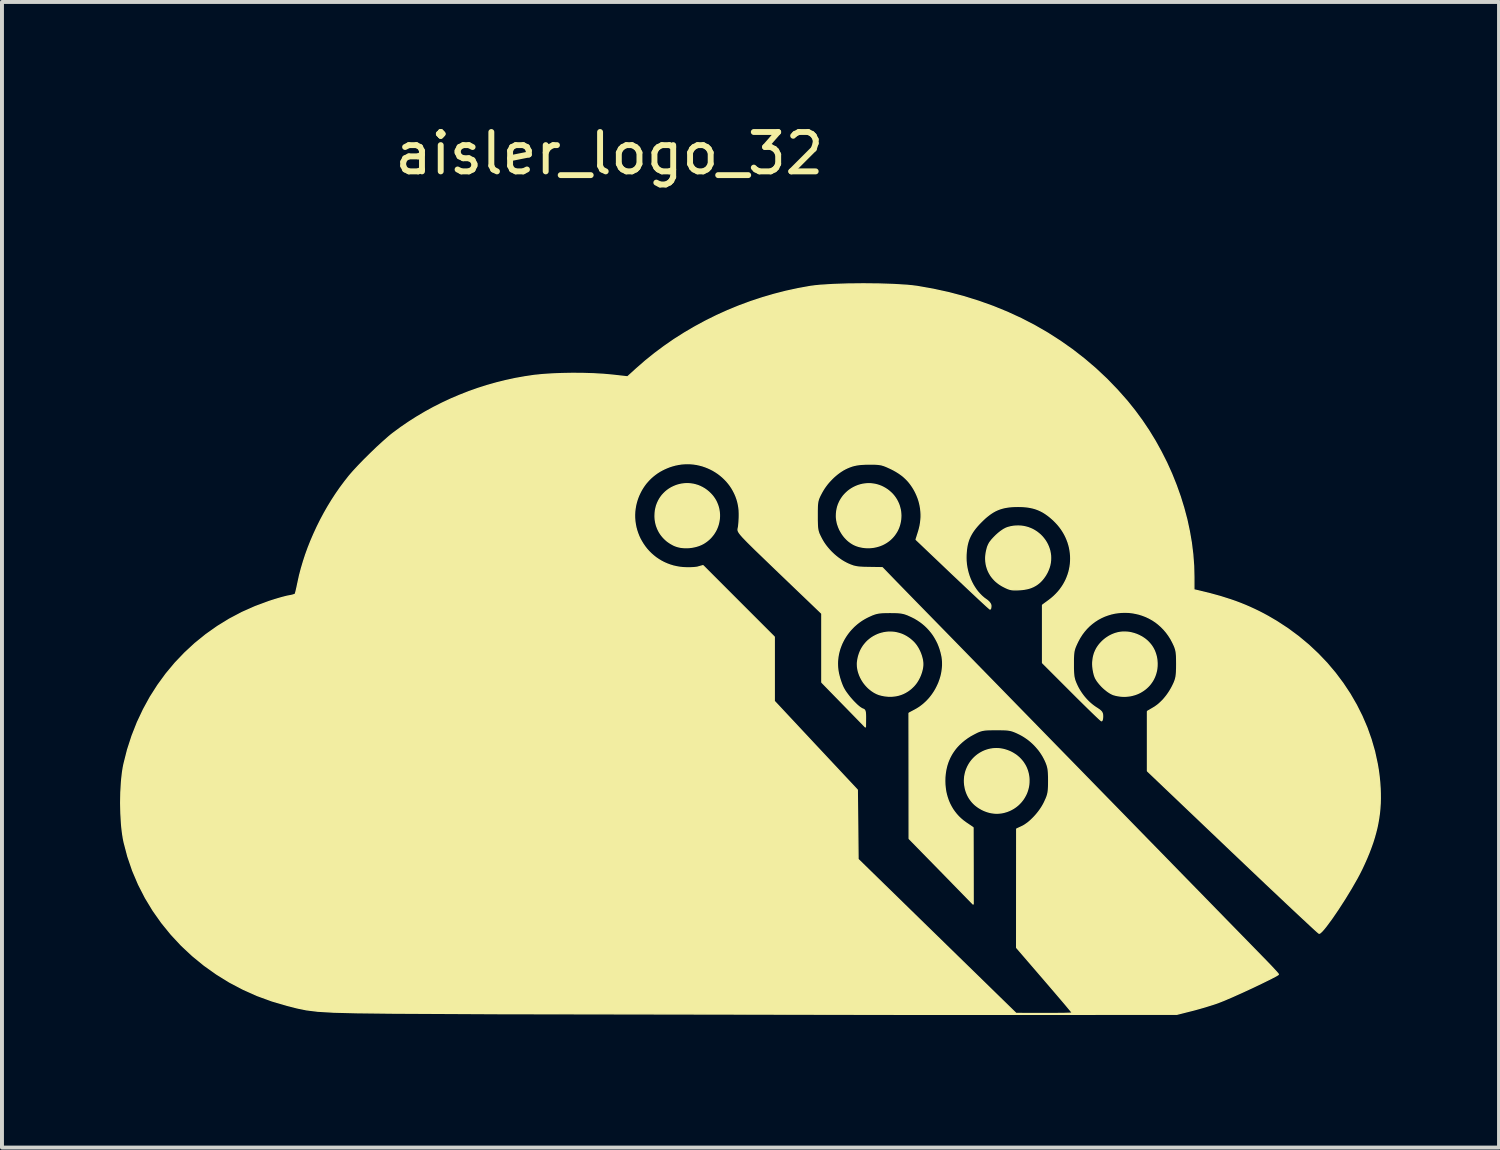
<source format=kicad_pcb>
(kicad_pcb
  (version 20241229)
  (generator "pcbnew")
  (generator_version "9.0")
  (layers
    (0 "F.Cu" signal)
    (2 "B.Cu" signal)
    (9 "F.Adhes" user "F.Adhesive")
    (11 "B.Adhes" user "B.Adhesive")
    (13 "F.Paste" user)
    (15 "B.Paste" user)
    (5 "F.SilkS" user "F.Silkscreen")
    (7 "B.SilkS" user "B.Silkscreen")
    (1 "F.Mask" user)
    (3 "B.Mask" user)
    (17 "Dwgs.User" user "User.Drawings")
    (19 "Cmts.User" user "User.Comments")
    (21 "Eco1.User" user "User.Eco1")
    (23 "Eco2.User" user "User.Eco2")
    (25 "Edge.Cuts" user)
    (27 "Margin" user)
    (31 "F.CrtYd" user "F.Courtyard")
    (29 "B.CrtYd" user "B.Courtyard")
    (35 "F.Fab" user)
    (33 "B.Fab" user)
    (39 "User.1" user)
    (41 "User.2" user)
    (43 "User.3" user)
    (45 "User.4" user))
  (footprint "aisler_logo_32"
    (layer "F.Cu")
    (at 16.83 22.848)
    (property "Reference" "aisler_logo_32" (at -4.4 -22 0) (unlocked yes) (layer "F.SilkS") (effects (font (size 1 1) (thickness 0.15))))
    (attr smd exclude_from_pos_files exclude_from_bom)
    (fp_poly (pts (xy -2.388 -13.61) (xy -2.329 -13.605) (xy -2.27 -13.596) (xy -2.212 -13.582) (xy -2.154 -13.564) (xy -2.097 -13.541) (xy -2.041 -13.513) (xy -1.986 -13.481) (xy -1.933 -13.444) (xy -1.881 -13.401) (xy -1.832 -13.354) (xy -1.8 -13.319) (xy -1.77 -13.283) (xy -1.743 -13.245) (xy -1.718 -13.206) (xy -1.696 -13.167) (xy -1.677 -13.126) (xy -1.66 -13.085) (xy -1.645 -13.043) (xy -1.633 -13.001) (xy -1.623 -12.958) (xy -1.616 -12.914) (xy -1.611 -12.871) (xy -1.608 -12.827) (xy -1.608 -12.783) (xy -1.61 -12.74) (xy -1.615 -12.696) (xy -1.622 -12.653) (xy -1.631 -12.61) (xy -1.642 -12.568) (xy -1.656 -12.526) (xy -1.672 -12.485) (xy -1.69 -12.444) (xy -1.711 -12.405) (xy -1.734 -12.367) (xy -1.758 -12.33) (xy -1.786 -12.294) (xy -1.815 -12.259) (xy -1.846 -12.226) (xy -1.88 -12.194) (xy -1.916 -12.164) (xy -1.954 -12.136) (xy -1.994 -12.109) (xy -2.036 -12.085) (xy -2.08 -12.064) (xy -2.127 -12.045) (xy -2.175 -12.029) (xy -2.225 -12.016) (xy -2.275 -12.005) (xy -2.326 -11.997) (xy -2.378 -11.991) (xy -2.429 -11.989) (xy -2.48 -11.989) (xy -2.53 -11.992) (xy -2.579 -11.997) (xy -2.627 -12.006) (xy -2.673 -12.018) (xy -2.717 -12.032) (xy -2.759 -12.049) (xy -2.786 -12.063) (xy -2.814 -12.078) (xy -2.84 -12.093) (xy -2.866 -12.109) (xy -2.891 -12.126) (xy -2.915 -12.143) (xy -2.939 -12.161) (xy -2.961 -12.18) (xy -2.983 -12.2) (xy -3.004 -12.22) (xy -3.024 -12.241) (xy -3.044 -12.263) (xy -3.062 -12.285) (xy -3.08 -12.308) (xy -3.097 -12.331) (xy -3.113 -12.355) (xy -3.128 -12.379) (xy -3.142 -12.404) (xy -3.155 -12.43) (xy -3.168 -12.456) (xy -3.179 -12.482) (xy -3.189 -12.509) (xy -3.199 -12.536) (xy -3.208 -12.564) (xy -3.215 -12.592) (xy -3.222 -12.621) (xy -3.227 -12.65) (xy -3.232 -12.679) (xy -3.236 -12.709) (xy -3.238 -12.739) (xy -3.24 -12.769) (xy -3.24 -12.8) (xy -3.237 -12.868) (xy -3.23 -12.933) (xy -3.217 -12.996) (xy -3.201 -13.057) (xy -3.179 -13.115) (xy -3.154 -13.17) (xy -3.125 -13.223) (xy -3.093 -13.272) (xy -3.057 -13.319) (xy -3.017 -13.362) (xy -2.975 -13.403) (xy -2.931 -13.44) (xy -2.884 -13.473) (xy -2.834 -13.504) (xy -2.783 -13.53) (xy -2.73 -13.553) (xy -2.675 -13.573) (xy -2.619 -13.588) (xy -2.562 -13.6) (xy -2.505 -13.607) (xy -2.446 -13.611)) (stroke (width 0.035) (type solid)) (fill yes) (layer "F.SilkS"))
    (fp_poly (pts (xy 5.49 -6.879) (xy 5.543 -6.873) (xy 5.597 -6.863) (xy 5.651 -6.849) (xy 5.685 -6.838) (xy 5.718 -6.827) (xy 5.75 -6.814) (xy 5.782 -6.8) (xy 5.813 -6.785) (xy 5.842 -6.769) (xy 5.871 -6.752) (xy 5.899 -6.734) (xy 5.927 -6.715) (xy 5.953 -6.695) (xy 5.978 -6.674) (xy 6.003 -6.652) (xy 6.026 -6.629) (xy 6.048 -6.606) (xy 6.069 -6.582) (xy 6.09 -6.557) (xy 6.109 -6.531) (xy 6.127 -6.504) (xy 6.144 -6.477) (xy 6.16 -6.449) (xy 6.175 -6.42) (xy 6.188 -6.391) (xy 6.2 -6.361) (xy 6.212 -6.33) (xy 6.221 -6.299) (xy 6.23 -6.268) (xy 6.237 -6.236) (xy 6.243 -6.203) (xy 6.248 -6.17) (xy 6.252 -6.137) (xy 6.254 -6.103) (xy 6.254 -6.069) (xy 6.253 -6.017) (xy 6.248 -5.965) (xy 6.24 -5.915) (xy 6.229 -5.866) (xy 6.215 -5.818) (xy 6.199 -5.771) (xy 6.18 -5.726) (xy 6.158 -5.683) (xy 6.134 -5.641) (xy 6.108 -5.6) (xy 6.079 -5.562) (xy 6.049 -5.525) (xy 6.016 -5.49) (xy 5.982 -5.457) (xy 5.945 -5.426) (xy 5.908 -5.398) (xy 5.868 -5.371) (xy 5.827 -5.347) (xy 5.785 -5.325) (xy 5.742 -5.306) (xy 5.697 -5.289) (xy 5.652 -5.275) (xy 5.606 -5.263) (xy 5.559 -5.254) (xy 5.511 -5.248) (xy 5.463 -5.245) (xy 5.414 -5.245) (xy 5.366 -5.248) (xy 5.316 -5.255) (xy 5.267 -5.264) (xy 5.218 -5.277) (xy 5.169 -5.293) (xy 5.116 -5.314) (xy 5.065 -5.338) (xy 5.017 -5.365) (xy 4.971 -5.393) (xy 4.927 -5.425) (xy 4.886 -5.458) (xy 4.848 -5.494) (xy 4.813 -5.532) (xy 4.78 -5.573) (xy 4.75 -5.615) (xy 4.723 -5.659) (xy 4.699 -5.706) (xy 4.678 -5.754) (xy 4.66 -5.804) (xy 4.645 -5.856) (xy 4.634 -5.909) (xy 4.625 -5.965) (xy 4.62 -6.02) (xy 4.619 -6.075) (xy 4.622 -6.128) (xy 4.627 -6.181) (xy 4.637 -6.233) (xy 4.649 -6.283) (xy 4.664 -6.332) (xy 4.683 -6.38) (xy 4.704 -6.426) (xy 4.728 -6.471) (xy 4.754 -6.514) (xy 4.783 -6.555) (xy 4.814 -6.594) (xy 4.848 -6.632) (xy 4.884 -6.667) (xy 4.921 -6.699) (xy 4.961 -6.73) (xy 5.003 -6.758) (xy 5.046 -6.783) (xy 5.09 -6.806) (xy 5.136 -6.826) (xy 5.184 -6.843) (xy 5.232 -6.857) (xy 5.282 -6.868) (xy 5.333 -6.876) (xy 5.384 -6.88) (xy 5.437 -6.881)) (stroke (width 0.035) (type solid)) (fill yes) (layer "F.SilkS"))
    (fp_poly (pts (xy 2.243 -13.608) (xy 2.297 -13.602) (xy 2.35 -13.593) (xy 2.403 -13.58) (xy 2.456 -13.563) (xy 2.509 -13.542) (xy 2.56 -13.517) (xy 2.611 -13.488) (xy 2.661 -13.455) (xy 2.707 -13.419) (xy 2.75 -13.381) (xy 2.79 -13.341) (xy 2.826 -13.298) (xy 2.858 -13.254) (xy 2.888 -13.208) (xy 2.913 -13.161) (xy 2.936 -13.112) (xy 2.955 -13.063) (xy 2.97 -13.012) (xy 2.983 -12.961) (xy 2.992 -12.909) (xy 2.997 -12.857) (xy 3 -12.805) (xy 2.998 -12.752) (xy 2.994 -12.7) (xy 2.986 -12.649) (xy 2.975 -12.597) (xy 2.961 -12.547) (xy 2.944 -12.498) (xy 2.923 -12.449) (xy 2.899 -12.402) (xy 2.871 -12.357) (xy 2.841 -12.313) (xy 2.807 -12.271) (xy 2.77 -12.231) (xy 2.73 -12.193) (xy 2.687 -12.158) (xy 2.64 -12.125) (xy 2.59 -12.095) (xy 2.537 -12.068) (xy 2.499 -12.052) (xy 2.46 -12.037) (xy 2.42 -12.025) (xy 2.38 -12.014) (xy 2.339 -12.005) (xy 2.297 -11.998) (xy 2.255 -11.993) (xy 2.213 -11.99) (xy 2.17 -11.989) (xy 2.128 -11.99) (xy 2.086 -11.993) (xy 2.044 -11.998) (xy 2.003 -12.005) (xy 1.962 -12.014) (xy 1.922 -12.024) (xy 1.883 -12.037) (xy 1.883 -12.037) (xy 1.883 -12.037) (xy 1.883 -12.037) (xy 1.883 -12.037) (xy 1.883 -12.037) (xy 1.883 -12.037) (xy 1.883 -12.037) (xy 1.856 -12.048) (xy 1.829 -12.059) (xy 1.803 -12.072) (xy 1.777 -12.086) (xy 1.752 -12.102) (xy 1.727 -12.118) (xy 1.703 -12.136) (xy 1.679 -12.154) (xy 1.656 -12.174) (xy 1.634 -12.194) (xy 1.613 -12.216) (xy 1.592 -12.238) (xy 1.571 -12.261) (xy 1.552 -12.285) (xy 1.533 -12.31) (xy 1.516 -12.335) (xy 1.499 -12.361) (xy 1.483 -12.388) (xy 1.468 -12.415) (xy 1.453 -12.442) (xy 1.44 -12.471) (xy 1.428 -12.499) (xy 1.417 -12.528) (xy 1.407 -12.557) (xy 1.397 -12.587) (xy 1.389 -12.617) (xy 1.383 -12.647) (xy 1.377 -12.677) (xy 1.373 -12.708) (xy 1.369 -12.738) (xy 1.367 -12.769) (xy 1.367 -12.8) (xy 1.369 -12.858) (xy 1.375 -12.915) (xy 1.385 -12.97) (xy 1.398 -13.024) (xy 1.415 -13.076) (xy 1.436 -13.126) (xy 1.459 -13.174) (xy 1.486 -13.22) (xy 1.515 -13.264) (xy 1.547 -13.306) (xy 1.582 -13.345) (xy 1.619 -13.382) (xy 1.658 -13.417) (xy 1.699 -13.449) (xy 1.742 -13.478) (xy 1.787 -13.505) (xy 1.834 -13.529) (xy 1.882 -13.55) (xy 1.931 -13.568) (xy 1.981 -13.583) (xy 2.032 -13.595) (xy 2.084 -13.603) (xy 2.137 -13.608) (xy 2.19 -13.61)) (stroke (width 0.035) (type solid)) (fill yes) (layer "F.SilkS"))
    (fp_poly (pts (xy 8.75 -9.839) (xy 8.809 -9.832) (xy 8.867 -9.82) (xy 8.926 -9.804) (xy 8.985 -9.784) (xy 9.044 -9.759) (xy 9.071 -9.745) (xy 9.098 -9.731) (xy 9.124 -9.717) (xy 9.149 -9.701) (xy 9.173 -9.685) (xy 9.197 -9.668) (xy 9.22 -9.651) (xy 9.242 -9.632) (xy 9.263 -9.614) (xy 9.283 -9.594) (xy 9.302 -9.574) (xy 9.321 -9.553) (xy 9.339 -9.532) (xy 9.356 -9.51) (xy 9.372 -9.488) (xy 9.387 -9.465) (xy 9.402 -9.441) (xy 9.415 -9.417) (xy 9.428 -9.392) (xy 9.44 -9.367) (xy 9.45 -9.341) (xy 9.46 -9.315) (xy 9.469 -9.288) (xy 9.477 -9.261) (xy 9.485 -9.233) (xy 9.491 -9.205) (xy 9.496 -9.177) (xy 9.501 -9.148) (xy 9.504 -9.118) (xy 9.506 -9.089) (xy 9.508 -9.058) (xy 9.508 -9.028) (xy 9.507 -8.976) (xy 9.502 -8.925) (xy 9.495 -8.876) (xy 9.484 -8.828) (xy 9.471 -8.781) (xy 9.455 -8.735) (xy 9.437 -8.691) (xy 9.416 -8.648) (xy 9.393 -8.607) (xy 9.367 -8.568) (xy 9.34 -8.53) (xy 9.31 -8.494) (xy 9.278 -8.46) (xy 9.244 -8.428) (xy 9.209 -8.398) (xy 9.171 -8.37) (xy 9.132 -8.344) (xy 9.092 -8.32) (xy 9.05 -8.298) (xy 9.007 -8.279) (xy 8.962 -8.262) (xy 8.916 -8.248) (xy 8.869 -8.236) (xy 8.822 -8.226) (xy 8.773 -8.22) (xy 8.724 -8.216) (xy 8.673 -8.214) (xy 8.623 -8.216) (xy 8.571 -8.22) (xy 8.52 -8.228) (xy 8.468 -8.238) (xy 8.415 -8.252) (xy 8.415 -8.252) (xy 8.4 -8.257) (xy 8.385 -8.263) (xy 8.352 -8.278) (xy 8.318 -8.297) (xy 8.283 -8.319) (xy 8.247 -8.344) (xy 8.212 -8.372) (xy 8.176 -8.401) (xy 8.141 -8.433) (xy 8.107 -8.466) (xy 8.075 -8.501) (xy 8.045 -8.535) (xy 8.017 -8.57) (xy 7.991 -8.605) (xy 7.969 -8.64) (xy 7.95 -8.673) (xy 7.936 -8.705) (xy 7.93 -8.721) (xy 7.924 -8.738) (xy 7.918 -8.757) (xy 7.913 -8.776) (xy 7.903 -8.817) (xy 7.895 -8.86) (xy 7.887 -8.904) (xy 7.882 -8.948) (xy 7.88 -8.969) (xy 7.879 -8.989) (xy 7.878 -9.009) (xy 7.877 -9.028) (xy 7.878 -9.073) (xy 7.882 -9.118) (xy 7.887 -9.161) (xy 7.894 -9.203) (xy 7.904 -9.245) (xy 7.915 -9.285) (xy 7.929 -9.324) (xy 7.945 -9.362) (xy 7.963 -9.399) (xy 7.983 -9.436) (xy 8.006 -9.471) (xy 8.03 -9.505) (xy 8.057 -9.539) (xy 8.086 -9.571) (xy 8.117 -9.603) (xy 8.15 -9.634) (xy 8.199 -9.674) (xy 8.249 -9.709) (xy 8.301 -9.741) (xy 8.354 -9.768) (xy 8.408 -9.791) (xy 8.463 -9.81) (xy 8.519 -9.825) (xy 8.576 -9.835) (xy 8.633 -9.841) (xy 8.691 -9.842)) (stroke (width 0.035) (type solid)) (fill yes) (layer "F.SilkS"))
    (fp_poly (pts (xy 2.791 -9.838) (xy 2.848 -9.832) (xy 2.904 -9.821) (xy 2.96 -9.806) (xy 3.016 -9.788) (xy 3.07 -9.765) (xy 3.124 -9.737) (xy 3.176 -9.705) (xy 3.227 -9.669) (xy 3.276 -9.628) (xy 3.324 -9.583) (xy 3.348 -9.556) (xy 3.372 -9.527) (xy 3.395 -9.496) (xy 3.416 -9.464) (xy 3.437 -9.43) (xy 3.456 -9.394) (xy 3.474 -9.358) (xy 3.49 -9.321) (xy 3.505 -9.284) (xy 3.518 -9.246) (xy 3.529 -9.208) (xy 3.539 -9.171) (xy 3.547 -9.134) (xy 3.552 -9.098) (xy 3.556 -9.062) (xy 3.557 -9.028) (xy 3.556 -8.994) (xy 3.552 -8.958) (xy 3.547 -8.922) (xy 3.539 -8.885) (xy 3.529 -8.847) (xy 3.518 -8.809) (xy 3.505 -8.772) (xy 3.49 -8.734) (xy 3.474 -8.697) (xy 3.456 -8.661) (xy 3.437 -8.626) (xy 3.416 -8.592) (xy 3.395 -8.559) (xy 3.372 -8.529) (xy 3.348 -8.5) (xy 3.324 -8.473) (xy 3.292 -8.442) (xy 3.26 -8.412) (xy 3.227 -8.385) (xy 3.193 -8.36) (xy 3.158 -8.337) (xy 3.123 -8.316) (xy 3.087 -8.297) (xy 3.05 -8.28) (xy 3.012 -8.265) (xy 2.974 -8.252) (xy 2.935 -8.241) (xy 2.895 -8.232) (xy 2.854 -8.225) (xy 2.812 -8.22) (xy 2.77 -8.217) (xy 2.726 -8.216) (xy 2.705 -8.216) (xy 2.683 -8.217) (xy 2.661 -8.219) (xy 2.639 -8.221) (xy 2.617 -8.223) (xy 2.594 -8.226) (xy 2.55 -8.234) (xy 2.528 -8.239) (xy 2.507 -8.243) (xy 2.486 -8.249) (xy 2.466 -8.254) (xy 2.446 -8.26) (xy 2.428 -8.267) (xy 2.411 -8.273) (xy 2.395 -8.28) (xy 2.395 -8.28) (xy 2.366 -8.294) (xy 2.338 -8.309) (xy 2.31 -8.325) (xy 2.284 -8.343) (xy 2.257 -8.361) (xy 2.232 -8.381) (xy 2.207 -8.401) (xy 2.183 -8.422) (xy 2.159 -8.445) (xy 2.137 -8.468) (xy 2.115 -8.492) (xy 2.094 -8.517) (xy 2.074 -8.542) (xy 2.055 -8.568) (xy 2.037 -8.595) (xy 2.02 -8.622) (xy 2.004 -8.65) (xy 1.989 -8.678) (xy 1.975 -8.707) (xy 1.962 -8.736) (xy 1.951 -8.765) (xy 1.94 -8.794) (xy 1.931 -8.824) (xy 1.922 -8.854) (xy 1.915 -8.884) (xy 1.91 -8.914) (xy 1.905 -8.944) (xy 1.902 -8.975) (xy 1.901 -9.005) (xy 1.9 -9.034) (xy 1.901 -9.064) (xy 1.904 -9.094) (xy 1.914 -9.159) (xy 1.928 -9.221) (xy 1.946 -9.281) (xy 1.968 -9.339) (xy 1.993 -9.394) (xy 2.022 -9.445) (xy 2.054 -9.494) (xy 2.09 -9.54) (xy 2.128 -9.584) (xy 2.169 -9.624) (xy 2.212 -9.66) (xy 2.258 -9.694) (xy 2.305 -9.724) (xy 2.355 -9.751) (xy 2.406 -9.775) (xy 2.458 -9.795) (xy 2.512 -9.811) (xy 2.566 -9.824) (xy 2.622 -9.833) (xy 2.678 -9.839) (xy 2.734 -9.84)) (stroke (width 0.035) (type solid)) (fill yes) (layer "F.SilkS"))
    (fp_poly (pts (xy 6.057 -12.532) (xy 6.12 -12.523) (xy 6.181 -12.51) (xy 6.24 -12.493) (xy 6.297 -12.471) (xy 6.352 -12.446) (xy 6.405 -12.416) (xy 6.455 -12.383) (xy 6.502 -12.347) (xy 6.547 -12.308) (xy 6.589 -12.265) (xy 6.627 -12.22) (xy 6.662 -12.173) (xy 6.694 -12.123) (xy 6.722 -12.071) (xy 6.746 -12.017) (xy 6.766 -11.962) (xy 6.783 -11.905) (xy 6.794 -11.846) (xy 6.802 -11.787) (xy 6.804 -11.726) (xy 6.802 -11.665) (xy 6.795 -11.604) (xy 6.783 -11.542) (xy 6.765 -11.48) (xy 6.742 -11.419) (xy 6.714 -11.358) (xy 6.68 -11.297) (xy 6.651 -11.253) (xy 6.621 -11.212) (xy 6.59 -11.174) (xy 6.574 -11.156) (xy 6.558 -11.139) (xy 6.541 -11.122) (xy 6.524 -11.106) (xy 6.506 -11.091) (xy 6.488 -11.077) (xy 6.47 -11.063) (xy 6.452 -11.05) (xy 6.432 -11.037) (xy 6.413 -11.026) (xy 6.393 -11.015) (xy 6.373 -11.004) (xy 6.352 -10.994) (xy 6.33 -10.985) (xy 6.309 -10.976) (xy 6.286 -10.968) (xy 6.264 -10.961) (xy 6.24 -10.954) (xy 6.192 -10.943) (xy 6.142 -10.934) (xy 6.09 -10.927) (xy 6.035 -10.922) (xy 5.96 -10.918) (xy 5.927 -10.917) (xy 5.898 -10.917) (xy 5.87 -10.918) (xy 5.845 -10.919) (xy 5.821 -10.922) (xy 5.798 -10.926) (xy 5.776 -10.931) (xy 5.754 -10.937) (xy 5.731 -10.945) (xy 5.708 -10.954) (xy 5.684 -10.965) (xy 5.658 -10.977) (xy 5.599 -11.007) (xy 5.599 -11.007) (xy 5.568 -11.024) (xy 5.537 -11.043) (xy 5.508 -11.062) (xy 5.48 -11.082) (xy 5.453 -11.103) (xy 5.427 -11.124) (xy 5.402 -11.147) (xy 5.379 -11.17) (xy 5.356 -11.195) (xy 5.335 -11.219) (xy 5.314 -11.245) (xy 5.295 -11.271) (xy 5.277 -11.298) (xy 5.261 -11.326) (xy 5.245 -11.354) (xy 5.231 -11.383) (xy 5.218 -11.412) (xy 5.207 -11.442) (xy 5.196 -11.473) (xy 5.187 -11.503) (xy 5.179 -11.535) (xy 5.172 -11.567) (xy 5.167 -11.599) (xy 5.163 -11.631) (xy 5.161 -11.664) (xy 5.159 -11.698) (xy 5.159 -11.731) (xy 5.161 -11.765) (xy 5.164 -11.799) (xy 5.168 -11.833) (xy 5.174 -11.868) (xy 5.181 -11.903) (xy 5.188 -11.933) (xy 5.195 -11.961) (xy 5.202 -11.987) (xy 5.21 -12.011) (xy 5.219 -12.034) (xy 5.229 -12.056) (xy 5.239 -12.077) (xy 5.25 -12.098) (xy 5.263 -12.119) (xy 5.278 -12.139) (xy 5.294 -12.16) (xy 5.311 -12.182) (xy 5.331 -12.204) (xy 5.353 -12.228) (xy 5.377 -12.253) (xy 5.403 -12.279) (xy 5.424 -12.3) (xy 5.446 -12.32) (xy 5.467 -12.339) (xy 5.488 -12.357) (xy 5.509 -12.374) (xy 5.53 -12.39) (xy 5.551 -12.406) (xy 5.572 -12.42) (xy 5.592 -12.434) (xy 5.612 -12.447) (xy 5.632 -12.458) (xy 5.651 -12.468) (xy 5.67 -12.478) (xy 5.689 -12.486) (xy 5.706 -12.492) (xy 5.724 -12.498) (xy 5.792 -12.516) (xy 5.86 -12.528) (xy 5.927 -12.534) (xy 5.993 -12.535)) (stroke (width 0.035) (type solid)) (fill yes) (layer "F.SilkS"))
    (fp_poly (pts (xy 2.453 -18.683) (xy 2.831 -18.67) (xy 3.161 -18.65) (xy 3.3 -18.636) (xy 3.418 -18.621) (xy 3.82 -18.55) (xy 4.214 -18.464) (xy 4.6 -18.362) (xy 4.978 -18.244) (xy 5.347 -18.112) (xy 5.707 -17.965) (xy 6.058 -17.803) (xy 6.4 -17.626) (xy 6.731 -17.435) (xy 7.052 -17.229) (xy 7.363 -17.01) (xy 7.663 -16.776) (xy 7.952 -16.529) (xy 8.23 -16.268) (xy 8.495 -15.994) (xy 8.749 -15.707) (xy 8.942 -15.466) (xy 9.126 -15.216) (xy 9.299 -14.958) (xy 9.461 -14.693) (xy 9.611 -14.421) (xy 9.751 -14.144) (xy 9.878 -13.862) (xy 9.993 -13.575) (xy 10.096 -13.286) (xy 10.186 -12.994) (xy 10.264 -12.7) (xy 10.327 -12.406) (xy 10.378 -12.111) (xy 10.414 -11.818) (xy 10.436 -11.526) (xy 10.443 -11.236) (xy 10.443 -10.915) (xy 10.538 -10.894) (xy 10.839 -10.821) (xy 11.119 -10.744) (xy 11.38 -10.661) (xy 11.506 -10.617) (xy 11.628 -10.571) (xy 11.747 -10.523) (xy 11.865 -10.472) (xy 11.98 -10.419) (xy 12.094 -10.364) (xy 12.207 -10.306) (xy 12.32 -10.245) (xy 12.546 -10.113) (xy 12.829 -9.928) (xy 13.099 -9.728) (xy 13.355 -9.515) (xy 13.596 -9.289) (xy 13.823 -9.051) (xy 14.034 -8.801) (xy 14.228 -8.542) (xy 14.407 -8.272) (xy 14.568 -7.994) (xy 14.711 -7.709) (xy 14.837 -7.416) (xy 14.943 -7.117) (xy 15.031 -6.813) (xy 15.098 -6.504) (xy 15.125 -6.348) (xy 15.146 -6.192) (xy 15.162 -6.035) (xy 15.173 -5.877) (xy 15.177 -5.746) (xy 15.178 -5.618) (xy 15.175 -5.492) (xy 15.167 -5.367) (xy 15.155 -5.244) (xy 15.138 -5.12) (xy 15.117 -4.997) (xy 15.092 -4.874) (xy 15.061 -4.75) (xy 15.026 -4.625) (xy 14.986 -4.497) (xy 14.94 -4.368) (xy 14.89 -4.236) (xy 14.834 -4.101) (xy 14.773 -3.963) (xy 14.706 -3.82) (xy 14.651 -3.711) (xy 14.588 -3.592) (xy 14.44 -3.334) (xy 14.275 -3.063) (xy 14.105 -2.8) (xy 13.943 -2.563) (xy 13.8 -2.37) (xy 13.741 -2.297) (xy 13.691 -2.241) (xy 13.652 -2.206) (xy 13.637 -2.197) (xy 13.626 -2.194) (xy 13.612 -2.204) (xy 13.575 -2.236) (xy 13.443 -2.356) (xy 12.968 -2.799) (xy 12.273 -3.454) (xy 11.43 -4.255) (xy 9.267 -6.316) (xy 9.267 -7.828) (xy 9.419 -7.917) (xy 9.455 -7.939) (xy 9.491 -7.964) (xy 9.526 -7.99) (xy 9.561 -8.019) (xy 9.595 -8.05) (xy 9.628 -8.082) (xy 9.662 -8.116) (xy 9.694 -8.153) (xy 9.725 -8.19) (xy 9.756 -8.229) (xy 9.785 -8.27) (xy 9.814 -8.312) (xy 9.841 -8.355) (xy 9.867 -8.399) (xy 9.892 -8.444) (xy 9.915 -8.49) (xy 9.93 -8.521) (xy 9.943 -8.549) (xy 9.954 -8.576) (xy 9.964 -8.603) (xy 9.973 -8.628) (xy 9.981 -8.654) (xy 9.987 -8.681) (xy 9.993 -8.708) (xy 9.997 -8.737) (xy 10.001 -8.769) (xy 10.004 -8.803) (xy 10.006 -8.839) (xy 10.007 -8.88) (xy 10.009 -8.925) (xy 10.01 -9.028) (xy 10.009 -9.134) (xy 10.007 -9.22) (xy 10.005 -9.258) (xy 10.002 -9.291) (xy 9.999 -9.323) (xy 9.994 -9.352) (xy 9.988 -9.38) (xy 9.982 -9.406) (xy 9.973 -9.433) (xy 9.964 -9.46) (xy 9.953 -9.488) (xy 9.94 -9.517) (xy 9.909 -9.582) (xy 9.86 -9.674) (xy 9.805 -9.76) (xy 9.746 -9.84) (xy 9.683 -9.914) (xy 9.615 -9.983) (xy 9.544 -10.046) (xy 9.47 -10.103) (xy 9.392 -10.154) (xy 9.311 -10.199) (xy 9.229 -10.238) (xy 9.144 -10.271) (xy 9.057 -10.299) (xy 8.969 -10.32) (xy 8.88 -10.336) (xy 8.791 -10.346) (xy 8.701 -10.349) (xy 8.611 -10.347) (xy 8.521 -10.339) (xy 8.432 -10.326) (xy 8.344 -10.306) (xy 8.258 -10.28) (xy 8.173 -10.249) (xy 8.09 -10.211) (xy 8.01 -10.168) (xy 7.932 -10.118) (xy 7.858 -10.063) (xy 7.787 -10.002) (xy 7.719 -9.934) (xy 7.656 -9.861) (xy 7.597 -9.782) (xy 7.543 -9.697) (xy 7.494 -9.606) (xy 7.459 -9.533) (xy 7.445 -9.501) (xy 7.432 -9.471) (xy 7.421 -9.442) (xy 7.412 -9.414) (xy 7.404 -9.386) (xy 7.398 -9.358) (xy 7.393 -9.328) (xy 7.389 -9.296) (xy 7.386 -9.262) (xy 7.384 -9.225) (xy 7.382 -9.183) (xy 7.381 -9.137) (xy 7.381 -9.029) (xy 7.381 -8.926) (xy 7.384 -8.84) (xy 7.386 -8.803) (xy 7.389 -8.769) (xy 7.392 -8.738) (xy 7.396 -8.708) (xy 7.402 -8.68) (xy 7.408 -8.654) (xy 7.415 -8.627) (xy 7.424 -8.601) (xy 7.434 -8.574) (xy 7.445 -8.547) (xy 7.472 -8.487) (xy 7.493 -8.444) (xy 7.516 -8.401) (xy 7.541 -8.359) (xy 7.567 -8.318) (xy 7.594 -8.278) (xy 7.623 -8.238) (xy 7.653 -8.2) (xy 7.685 -8.162) (xy 7.717 -8.126) (xy 7.751 -8.091) (xy 7.785 -8.058) (xy 7.821 -8.026) (xy 7.858 -7.995) (xy 7.895 -7.966) (xy 7.933 -7.939) (xy 7.972 -7.913) (xy 7.995 -7.899) (xy 8.015 -7.885) (xy 8.034 -7.872) (xy 8.05 -7.86) (xy 8.064 -7.848) (xy 8.077 -7.836) (xy 8.088 -7.825) (xy 8.092 -7.82) (xy 8.097 -7.814) (xy 8.101 -7.808) (xy 8.104 -7.803) (xy 8.107 -7.797) (xy 8.11 -7.791) (xy 8.113 -7.785) (xy 8.115 -7.779) (xy 8.117 -7.772) (xy 8.119 -7.766) (xy 8.122 -7.752) (xy 8.123 -7.737) (xy 8.124 -7.722) (xy 8.125 -7.704) (xy 8.124 -7.693) (xy 8.124 -7.682) (xy 8.123 -7.671) (xy 8.123 -7.661) (xy 8.121 -7.651) (xy 8.12 -7.642) (xy 8.119 -7.633) (xy 8.117 -7.625) (xy 8.115 -7.618) (xy 8.113 -7.611) (xy 8.111 -7.606) (xy 8.109 -7.601) (xy 8.106 -7.597) (xy 8.104 -7.594) (xy 8.102 -7.593) (xy 8.101 -7.592) (xy 8.1 -7.592) (xy 8.098 -7.592) (xy 8.092 -7.596) (xy 8.078 -7.607) (xy 8.03 -7.65) (xy 7.958 -7.718) (xy 7.864 -7.808) (xy 7.752 -7.917) (xy 7.625 -8.042) (xy 7.485 -8.18) (xy 7.337 -8.328) (xy 6.602 -9.063) (xy 6.602 -10.527) (xy 6.771 -10.651) (xy 6.833 -10.7) (xy 6.892 -10.751) (xy 6.946 -10.804) (xy 6.997 -10.859) (xy 7.045 -10.917) (xy 7.088 -10.976) (xy 7.128 -11.037) (xy 7.164 -11.1) (xy 7.197 -11.164) (xy 7.225 -11.23) (xy 7.25 -11.297) (xy 7.271 -11.364) (xy 7.288 -11.433) (xy 7.301 -11.502) (xy 7.311 -11.572) (xy 7.316 -11.642) (xy 7.318 -11.712) (xy 7.316 -11.782) (xy 7.31 -11.853) (xy 7.3 -11.923) (xy 7.287 -11.993) (xy 7.269 -12.062) (xy 7.248 -12.13) (xy 7.222 -12.198) (xy 7.193 -12.265) (xy 7.16 -12.33) (xy 7.123 -12.394) (xy 7.082 -12.457) (xy 7.037 -12.518) (xy 6.988 -12.578) (xy 6.935 -12.635) (xy 6.879 -12.691) (xy 6.827 -12.737) (xy 6.777 -12.779) (xy 6.726 -12.818) (xy 6.676 -12.853) (xy 6.626 -12.885) (xy 6.575 -12.913) (xy 6.523 -12.938) (xy 6.471 -12.96) (xy 6.417 -12.979) (xy 6.362 -12.995) (xy 6.304 -13.008) (xy 6.245 -13.019) (xy 6.183 -13.027) (xy 6.118 -13.033) (xy 6.05 -13.036) (xy 5.979 -13.037) (xy 5.903 -13.036) (xy 5.831 -13.033) (xy 5.763 -13.027) (xy 5.698 -13.018) (xy 5.636 -13.007) (xy 5.577 -12.992) (xy 5.52 -12.975) (xy 5.465 -12.954) (xy 5.411 -12.93) (xy 5.359 -12.902) (xy 5.307 -12.87) (xy 5.255 -12.834) (xy 5.203 -12.794) (xy 5.15 -12.75) (xy 5.097 -12.701) (xy 5.042 -12.647) (xy 4.989 -12.593) (xy 4.941 -12.54) (xy 4.897 -12.488) (xy 4.858 -12.437) (xy 4.822 -12.385) (xy 4.791 -12.334) (xy 4.763 -12.282) (xy 4.738 -12.228) (xy 4.717 -12.174) (xy 4.7 -12.118) (xy 4.685 -12.06) (xy 4.674 -11.999) (xy 4.665 -11.936) (xy 4.659 -11.87) (xy 4.655 -11.801) (xy 4.654 -11.727) (xy 4.656 -11.648) (xy 4.663 -11.568) (xy 4.675 -11.49) (xy 4.691 -11.412) (xy 4.711 -11.335) (xy 4.735 -11.26) (xy 4.763 -11.187) (xy 4.795 -11.116) (xy 4.83 -11.048) (xy 4.869 -10.983) (xy 4.911 -10.92) (xy 4.956 -10.862) (xy 5.005 -10.807) (xy 5.055 -10.756) (xy 5.109 -10.709) (xy 5.165 -10.668) (xy 5.179 -10.658) (xy 5.193 -10.648) (xy 5.205 -10.638) (xy 5.217 -10.627) (xy 5.228 -10.617) (xy 5.238 -10.607) (xy 5.247 -10.597) (xy 5.255 -10.586) (xy 5.262 -10.576) (xy 5.269 -10.566) (xy 5.274 -10.556) (xy 5.279 -10.546) (xy 5.282 -10.536) (xy 5.285 -10.526) (xy 5.286 -10.517) (xy 5.287 -10.512) (xy 5.287 -10.507) (xy 5.287 -10.499) (xy 5.286 -10.492) (xy 5.286 -10.484) (xy 5.285 -10.477) (xy 5.284 -10.47) (xy 5.283 -10.464) (xy 5.282 -10.458) (xy 5.281 -10.452) (xy 5.28 -10.447) (xy 5.278 -10.443) (xy 5.276 -10.439) (xy 5.275 -10.436) (xy 5.273 -10.433) (xy 5.271 -10.431) (xy 5.27 -10.43) (xy 5.269 -10.43) (xy 5.268 -10.43) (xy 5.267 -10.429) (xy 5.26 -10.434) (xy 5.244 -10.448) (xy 5.186 -10.499) (xy 5.097 -10.581) (xy 4.98 -10.689) (xy 4.681 -10.97) (xy 4.319 -11.312) (xy 3.391 -12.195) (xy 3.457 -12.405) (xy 3.477 -12.477) (xy 3.493 -12.548) (xy 3.505 -12.62) (xy 3.513 -12.692) (xy 3.518 -12.763) (xy 3.518 -12.835) (xy 3.514 -12.906) (xy 3.507 -12.977) (xy 3.495 -13.048) (xy 3.48 -13.118) (xy 3.461 -13.187) (xy 3.438 -13.255) (xy 3.411 -13.322) (xy 3.381 -13.388) (xy 3.347 -13.453) (xy 3.309 -13.517) (xy 3.282 -13.557) (xy 3.255 -13.596) (xy 3.227 -13.632) (xy 3.198 -13.668) (xy 3.167 -13.702) (xy 3.136 -13.734) (xy 3.103 -13.765) (xy 3.069 -13.796) (xy 3.033 -13.825) (xy 2.995 -13.853) (xy 2.956 -13.88) (xy 2.914 -13.907) (xy 2.871 -13.933) (xy 2.826 -13.958) (xy 2.778 -13.983) (xy 2.728 -14.007) (xy 2.658 -14.039) (xy 2.627 -14.053) (xy 2.598 -14.064) (xy 2.569 -14.075) (xy 2.542 -14.083) (xy 2.515 -14.091) (xy 2.487 -14.097) (xy 2.459 -14.101) (xy 2.429 -14.105) (xy 2.397 -14.108) (xy 2.363 -14.11) (xy 2.326 -14.112) (xy 2.285 -14.112) (xy 2.19 -14.112) (xy 2.106 -14.111) (xy 2.031 -14.107) (xy 1.964 -14.102) (xy 1.933 -14.098) (xy 1.903 -14.094) (xy 1.874 -14.089) (xy 1.845 -14.083) (xy 1.817 -14.077) (xy 1.79 -14.07) (xy 1.763 -14.062) (xy 1.735 -14.053) (xy 1.68 -14.032) (xy 1.631 -14.011) (xy 1.582 -13.987) (xy 1.533 -13.96) (xy 1.484 -13.929) (xy 1.436 -13.896) (xy 1.388 -13.86) (xy 1.341 -13.821) (xy 1.295 -13.781) (xy 1.251 -13.738) (xy 1.208 -13.693) (xy 1.166 -13.647) (xy 1.127 -13.6) (xy 1.09 -13.551) (xy 1.055 -13.501) (xy 1.023 -13.45) (xy 0.993 -13.399) (xy 0.955 -13.327) (xy 0.94 -13.297) (xy 0.927 -13.268) (xy 0.915 -13.24) (xy 0.906 -13.214) (xy 0.898 -13.186) (xy 0.891 -13.158) (xy 0.886 -13.128) (xy 0.882 -13.095) (xy 0.879 -13.059) (xy 0.877 -13.019) (xy 0.876 -12.974) (xy 0.875 -12.923) (xy 0.875 -12.8) (xy 0.875 -12.679) (xy 0.878 -12.584) (xy 0.88 -12.544) (xy 0.882 -12.507) (xy 0.886 -12.475) (xy 0.891 -12.444) (xy 0.897 -12.416) (xy 0.904 -12.389) (xy 0.913 -12.362) (xy 0.923 -12.335) (xy 0.936 -12.308) (xy 0.95 -12.278) (xy 0.984 -12.211) (xy 1.011 -12.163) (xy 1.04 -12.115) (xy 1.072 -12.068) (xy 1.107 -12.021) (xy 1.144 -11.975) (xy 1.183 -11.93) (xy 1.224 -11.886) (xy 1.267 -11.844) (xy 1.311 -11.803) (xy 1.357 -11.764) (xy 1.404 -11.727) (xy 1.451 -11.693) (xy 1.499 -11.66) (xy 1.548 -11.63) (xy 1.597 -11.603) (xy 1.646 -11.578) (xy 1.677 -11.565) (xy 1.706 -11.552) (xy 1.734 -11.541) (xy 1.761 -11.531) (xy 1.787 -11.522) (xy 1.814 -11.514) (xy 1.842 -11.508) (xy 1.87 -11.502) (xy 1.9 -11.497) (xy 1.932 -11.493) (xy 1.966 -11.49) (xy 2.003 -11.488) (xy 2.043 -11.485) (xy 2.086 -11.484) (xy 2.187 -11.482) (xy 2.529 -11.477) (xy 2.86 -11.135) (xy 3.308 -10.675) (xy 3.921 -10.049) (xy 12.285 -1.482) (xy 12.403 -1.359) (xy 12.499 -1.255) (xy 12.537 -1.214) (xy 12.565 -1.182) (xy 12.582 -1.161) (xy 12.587 -1.154) (xy 12.589 -1.151) (xy 12.575 -1.138) (xy 12.535 -1.114) (xy 12.391 -1.038) (xy 12.181 -0.935) (xy 11.933 -0.816) (xy 11.669 -0.694) (xy 11.417 -0.581) (xy 11.202 -0.489) (xy 11.049 -0.429) (xy 10.979 -0.405) (xy 10.899 -0.379) (xy 10.722 -0.324) (xy 10.54 -0.272) (xy 10.453 -0.248) (xy 10.374 -0.228) (xy 10.011 -0.136) (xy 3.626 -0.134) (xy -7.205 -0.152) (xy -7.205 -0.152) (xy -7.205 -0.152) (xy -9.969 -0.166) (xy -10.82 -0.176) (xy -11.41 -0.191) (xy -11.811 -0.215) (xy -12.094 -0.25) (xy -12.329 -0.298) (xy -12.586 -0.364) (xy -12.97 -0.476) (xy -13.343 -0.612) (xy -13.702 -0.772) (xy -14.048 -0.954) (xy -14.378 -1.158) (xy -14.693 -1.382) (xy -14.99 -1.625) (xy -15.27 -1.887) (xy -15.53 -2.166) (xy -15.77 -2.461) (xy -15.989 -2.771) (xy -16.185 -3.095) (xy -16.358 -3.432) (xy -16.507 -3.782) (xy -16.63 -4.142) (xy -16.727 -4.512) (xy -16.747 -4.613) (xy -16.764 -4.722) (xy -16.779 -4.841) (xy -16.791 -4.965) (xy -16.807 -5.229) (xy -16.813 -5.504) (xy -16.808 -5.779) (xy -16.792 -6.042) (xy -16.78 -6.166) (xy -16.766 -6.284) (xy -16.749 -6.393) (xy -16.729 -6.493) (xy -16.637 -6.856) (xy -16.523 -7.208) (xy -16.389 -7.548) (xy -16.234 -7.877) (xy -16.061 -8.193) (xy -15.868 -8.495) (xy -15.658 -8.783) (xy -15.43 -9.056) (xy -15.185 -9.313) (xy -14.924 -9.554) (xy -14.647 -9.778) (xy -14.356 -9.984) (xy -14.05 -10.172) (xy -13.731 -10.34) (xy -13.398 -10.488) (xy -13.053 -10.616) (xy -12.977 -10.641) (xy -12.901 -10.665) (xy -12.825 -10.688) (xy -12.753 -10.709) (xy -12.687 -10.727) (xy -12.628 -10.742) (xy -12.579 -10.754) (xy -12.542 -10.761) (xy -12.512 -10.766) (xy -12.483 -10.772) (xy -12.457 -10.778) (xy -12.433 -10.785) (xy -12.413 -10.791) (xy -12.404 -10.794) (xy -12.397 -10.797) (xy -12.39 -10.8) (xy -12.385 -10.803) (xy -12.381 -10.806) (xy -12.379 -10.809) (xy -12.377 -10.813) (xy -12.375 -10.819) (xy -12.369 -10.84) (xy -12.361 -10.869) (xy -12.352 -10.906) (xy -12.342 -10.95) (xy -12.331 -10.999) (xy -12.32 -11.051) (xy -12.308 -11.107) (xy -12.27 -11.281) (xy -12.224 -11.456) (xy -12.172 -11.632) (xy -12.114 -11.81) (xy -12.05 -11.987) (xy -11.979 -12.165) (xy -11.903 -12.341) (xy -11.822 -12.516) (xy -11.736 -12.689) (xy -11.664 -12.824) (xy -3.764 -12.824) (xy -3.763 -12.744) (xy -3.757 -12.665) (xy -3.746 -12.586) (xy -3.731 -12.508) (xy -3.711 -12.432) (xy -3.686 -12.357) (xy -3.658 -12.284) (xy -3.625 -12.213) (xy -3.587 -12.144) (xy -3.546 -12.077) (xy -3.501 -12.012) (xy -3.453 -11.95) (xy -3.4 -11.891) (xy -3.344 -11.835) (xy -3.285 -11.783) (xy -3.222 -11.733) (xy -3.156 -11.688) (xy -3.087 -11.646) (xy -3.015 -11.608) (xy -2.94 -11.575) (xy -2.863 -11.546) (xy -2.782 -11.521) (xy -2.7 -11.502) (xy -2.614 -11.487) (xy -2.527 -11.478) (xy -2.474 -11.475) (xy -2.419 -11.473) (xy -2.364 -11.473) (xy -2.312 -11.475) (xy -2.262 -11.478) (xy -2.218 -11.482) (xy -2.179 -11.487) (xy -2.163 -11.49) (xy -2.149 -11.494) (xy -2.024 -11.529) (xy -1.12 -10.624) (xy -0.215 -9.719) (xy -0.215 -8.088) (xy 0.839 -6.96) (xy 1.894 -5.833) (xy 1.904 -4.952) (xy 1.913 -4.072) (xy 3.92 -2.113) (xy 5.927 -0.155) (xy 6.645 -0.153) (xy 6.924 -0.154) (xy 7.152 -0.156) (xy 7.306 -0.161) (xy 7.348 -0.163) (xy 7.359 -0.165) (xy 7.363 -0.166) (xy 7.363 -0.167) (xy 7.36 -0.172) (xy 7.349 -0.186) (xy 7.307 -0.237) (xy 7.155 -0.419) (xy 6.929 -0.684) (xy 6.654 -1.005) (xy 5.944 -1.829) (xy 5.945 -3.335) (xy 5.946 -4.841) (xy 6.075 -4.9) (xy 6.113 -4.919) (xy 6.152 -4.943) (xy 6.192 -4.97) (xy 6.233 -5) (xy 6.273 -5.033) (xy 6.313 -5.069) (xy 6.353 -5.108) (xy 6.393 -5.149) (xy 6.431 -5.191) (xy 6.468 -5.235) (xy 6.504 -5.28) (xy 6.538 -5.327) (xy 6.57 -5.374) (xy 6.599 -5.421) (xy 6.626 -5.468) (xy 6.65 -5.515) (xy 6.682 -5.585) (xy 6.696 -5.616) (xy 6.708 -5.646) (xy 6.718 -5.674) (xy 6.727 -5.702) (xy 6.734 -5.729) (xy 6.74 -5.757) (xy 6.745 -5.786) (xy 6.749 -5.817) (xy 6.752 -5.85) (xy 6.754 -5.886) (xy 6.756 -5.925) (xy 6.757 -5.969) (xy 6.758 -6.069) (xy 6.757 -6.166) (xy 6.754 -6.247) (xy 6.752 -6.283) (xy 6.749 -6.316) (xy 6.746 -6.346) (xy 6.741 -6.375) (xy 6.736 -6.402) (xy 6.729 -6.429) (xy 6.722 -6.455) (xy 6.713 -6.481) (xy 6.703 -6.508) (xy 6.692 -6.536) (xy 6.665 -6.596) (xy 6.639 -6.647) (xy 6.611 -6.698) (xy 6.58 -6.748) (xy 6.548 -6.796) (xy 6.513 -6.844) (xy 6.475 -6.89) (xy 6.436 -6.935) (xy 6.396 -6.978) (xy 6.353 -7.02) (xy 6.309 -7.06) (xy 6.263 -7.098) (xy 6.216 -7.134) (xy 6.168 -7.167) (xy 6.119 -7.199) (xy 6.069 -7.228) (xy 6.018 -7.255) (xy 5.945 -7.29) (xy 5.913 -7.304) (xy 5.883 -7.316) (xy 5.854 -7.327) (xy 5.826 -7.336) (xy 5.798 -7.344) (xy 5.769 -7.35) (xy 5.739 -7.355) (xy 5.706 -7.359) (xy 5.671 -7.362) (xy 5.632 -7.364) (xy 5.589 -7.365) (xy 5.54 -7.366) (xy 5.426 -7.366) (xy 5.311 -7.366) (xy 5.22 -7.364) (xy 5.181 -7.362) (xy 5.146 -7.359) (xy 5.114 -7.355) (xy 5.085 -7.35) (xy 5.057 -7.344) (xy 5.03 -7.336) (xy 5.003 -7.327) (xy 4.976 -7.317) (xy 4.948 -7.305) (xy 4.919 -7.291) (xy 4.851 -7.256) (xy 4.769 -7.211) (xy 4.691 -7.161) (xy 4.618 -7.108) (xy 4.55 -7.052) (xy 4.486 -6.993) (xy 4.456 -6.962) (xy 4.427 -6.931) (xy 4.4 -6.899) (xy 4.374 -6.866) (xy 4.349 -6.832) (xy 4.325 -6.797) (xy 4.302 -6.762) (xy 4.281 -6.726) (xy 4.261 -6.689) (xy 4.242 -6.652) (xy 4.225 -6.613) (xy 4.208 -6.575) (xy 4.193 -6.535) (xy 4.18 -6.495) (xy 4.167 -6.454) (xy 4.156 -6.412) (xy 4.138 -6.328) (xy 4.125 -6.24) (xy 4.117 -6.15) (xy 4.115 -6.06) (xy 4.118 -5.972) (xy 4.126 -5.885) (xy 4.138 -5.8) (xy 4.156 -5.718) (xy 4.179 -5.638) (xy 4.206 -5.56) (xy 4.238 -5.485) (xy 4.275 -5.413) (xy 4.316 -5.343) (xy 4.362 -5.277) (xy 4.412 -5.214) (xy 4.466 -5.154) (xy 4.525 -5.098) (xy 4.588 -5.045) (xy 4.655 -4.996) (xy 4.834 -4.875) (xy 4.836 -3.906) (xy 4.837 -2.937) (xy 4.026 -3.768) (xy 3.214 -4.598) (xy 3.213 -6.19) (xy 3.211 -7.782) (xy 3.365 -7.864) (xy 3.409 -7.889) (xy 3.453 -7.916) (xy 3.496 -7.945) (xy 3.537 -7.976) (xy 3.577 -8.008) (xy 3.616 -8.043) (xy 3.654 -8.078) (xy 3.69 -8.116) (xy 3.725 -8.154) (xy 3.758 -8.194) (xy 3.79 -8.235) (xy 3.82 -8.278) (xy 3.849 -8.321) (xy 3.876 -8.366) (xy 3.901 -8.411) (xy 3.925 -8.458) (xy 3.947 -8.505) (xy 3.968 -8.552) (xy 3.986 -8.601) (xy 4.003 -8.65) (xy 4.018 -8.699) (xy 4.031 -8.749) (xy 4.042 -8.799) (xy 4.05 -8.849) (xy 4.057 -8.899) (xy 4.062 -8.949) (xy 4.065 -8.999) (xy 4.065 -9.049) (xy 4.064 -9.099) (xy 4.06 -9.149) (xy 4.054 -9.198) (xy 4.045 -9.247) (xy 4.026 -9.329) (xy 4.003 -9.409) (xy 3.976 -9.486) (xy 3.945 -9.562) (xy 3.909 -9.634) (xy 3.87 -9.704) (xy 3.827 -9.772) (xy 3.78 -9.836) (xy 3.729 -9.898) (xy 3.675 -9.956) (xy 3.617 -10.012) (xy 3.556 -10.064) (xy 3.492 -10.112) (xy 3.424 -10.157) (xy 3.354 -10.199) (xy 3.28 -10.236) (xy 3.21 -10.268) (xy 3.179 -10.282) (xy 3.15 -10.293) (xy 3.121 -10.303) (xy 3.094 -10.312) (xy 3.066 -10.319) (xy 3.038 -10.325) (xy 3.009 -10.33) (xy 2.978 -10.334) (xy 2.945 -10.337) (xy 2.909 -10.34) (xy 2.87 -10.341) (xy 2.827 -10.342) (xy 2.726 -10.343) (xy 2.626 -10.342) (xy 2.543 -10.34) (xy 2.508 -10.337) (xy 2.474 -10.334) (xy 2.444 -10.33) (xy 2.414 -10.325) (xy 2.386 -10.319) (xy 2.359 -10.312) (xy 2.331 -10.303) (xy 2.303 -10.293) (xy 2.273 -10.282) (xy 2.242 -10.268) (xy 2.172 -10.236) (xy 2.122 -10.211) (xy 2.073 -10.184) (xy 2.025 -10.155) (xy 1.979 -10.125) (xy 1.934 -10.092) (xy 1.891 -10.059) (xy 1.849 -10.023) (xy 1.809 -9.987) (xy 1.771 -9.948) (xy 1.734 -9.909) (xy 1.698 -9.868) (xy 1.665 -9.826) (xy 1.633 -9.783) (xy 1.603 -9.739) (xy 1.575 -9.694) (xy 1.548 -9.647) (xy 1.524 -9.6) (xy 1.501 -9.553) (xy 1.481 -9.504) (xy 1.462 -9.455) (xy 1.445 -9.405) (xy 1.431 -9.354) (xy 1.418 -9.303) (xy 1.408 -9.252) (xy 1.4 -9.2) (xy 1.394 -9.148) (xy 1.39 -9.096) (xy 1.389 -9.043) (xy 1.39 -8.991) (xy 1.393 -8.938) (xy 1.399 -8.885) (xy 1.407 -8.833) (xy 1.416 -8.785) (xy 1.429 -8.734) (xy 1.443 -8.68) (xy 1.46 -8.625) (xy 1.478 -8.571) (xy 1.497 -8.52) (xy 1.516 -8.472) (xy 1.535 -8.431) (xy 1.555 -8.394) (xy 1.579 -8.354) (xy 1.606 -8.313) (xy 1.637 -8.271) (xy 1.67 -8.227) (xy 1.704 -8.184) (xy 1.741 -8.142) (xy 1.778 -8.1) (xy 1.815 -8.061) (xy 1.852 -8.024) (xy 1.888 -7.989) (xy 1.923 -7.959) (xy 1.956 -7.932) (xy 1.987 -7.911) (xy 2.014 -7.895) (xy 2.026 -7.889) (xy 2.038 -7.885) (xy 2.043 -7.883) (xy 2.047 -7.881) (xy 2.052 -7.879) (xy 2.056 -7.877) (xy 2.06 -7.875) (xy 2.064 -7.872) (xy 2.068 -7.869) (xy 2.071 -7.866) (xy 2.074 -7.863) (xy 2.077 -7.859) (xy 2.08 -7.855) (xy 2.083 -7.85) (xy 2.085 -7.845) (xy 2.087 -7.84) (xy 2.089 -7.835) (xy 2.091 -7.828) (xy 2.093 -7.822) (xy 2.094 -7.815) (xy 2.095 -7.807) (xy 2.097 -7.799) (xy 2.098 -7.79) (xy 2.099 -7.781) (xy 2.099 -7.771) (xy 2.1 -7.76) (xy 2.101 -7.749) (xy 2.101 -7.737) (xy 2.102 -7.711) (xy 2.102 -7.682) (xy 2.102 -7.65) (xy 2.1 -7.436) (xy 1.548 -8.002) (xy 0.996 -8.568) (xy 0.996 -10.316) (xy -0.079 -11.346) (xy -0.693 -11.937) (xy -0.882 -12.124) (xy -1.009 -12.255) (xy -1.053 -12.305) (xy -1.085 -12.345) (xy -1.108 -12.377) (xy -1.122 -12.404) (xy -1.13 -12.426) (xy -1.132 -12.446) (xy -1.13 -12.465) (xy -1.126 -12.484) (xy -1.123 -12.496) (xy -1.12 -12.511) (xy -1.115 -12.547) (xy -1.111 -12.589) (xy -1.107 -12.637) (xy -1.104 -12.689) (xy -1.101 -12.744) (xy -1.1 -12.799) (xy -1.1 -12.854) (xy -1.103 -12.933) (xy -1.111 -13.01) (xy -1.124 -13.086) (xy -1.141 -13.16) (xy -1.163 -13.233) (xy -1.189 -13.303) (xy -1.219 -13.371) (xy -1.253 -13.437) (xy -1.29 -13.501) (xy -1.331 -13.563) (xy -1.376 -13.622) (xy -1.423 -13.678) (xy -1.474 -13.731) (xy -1.528 -13.782) (xy -1.584 -13.829) (xy -1.643 -13.874) (xy -1.705 -13.915) (xy -1.768 -13.953) (xy -1.834 -13.987) (xy -1.902 -14.018) (xy -1.971 -14.045) (xy -2.042 -14.069) (xy -2.115 -14.088) (xy -2.188 -14.104) (xy -2.263 -14.115) (xy -2.339 -14.122) (xy -2.415 -14.124) (xy -2.493 -14.122) (xy -2.57 -14.116) (xy -2.648 -14.104) (xy -2.726 -14.088) (xy -2.804 -14.067) (xy -2.872 -14.045) (xy -2.938 -14.019) (xy -3.002 -13.991) (xy -3.064 -13.96) (xy -3.124 -13.927) (xy -3.182 -13.89) (xy -3.237 -13.851) (xy -3.29 -13.809) (xy -3.341 -13.765) (xy -3.389 -13.718) (xy -3.434 -13.669) (xy -3.478 -13.618) (xy -3.518 -13.564) (xy -3.556 -13.507) (xy -3.591 -13.449) (xy -3.623 -13.388) (xy -3.66 -13.309) (xy -3.691 -13.228) (xy -3.716 -13.148) (xy -3.736 -13.067) (xy -3.75 -12.986) (xy -3.76 -12.905) (xy -3.764 -12.824) (xy -11.664 -12.824) (xy -11.645 -12.86) (xy -11.549 -13.028) (xy -11.449 -13.192) (xy -11.345 -13.352) (xy -11.237 -13.508) (xy -11.125 -13.658) (xy -11.011 -13.803) (xy -10.961 -13.862) (xy -10.905 -13.926) (xy -10.773 -14.068) (xy -10.624 -14.222) (xy -10.464 -14.38) (xy -10.303 -14.535) (xy -10.148 -14.677) (xy -10.007 -14.801) (xy -9.944 -14.854) (xy -9.887 -14.898) (xy -9.693 -15.041) (xy -9.494 -15.177) (xy -9.29 -15.307) (xy -9.08 -15.431) (xy -8.867 -15.548) (xy -8.649 -15.658) (xy -8.427 -15.762) (xy -8.201 -15.858) (xy -7.972 -15.948) (xy -7.741 -16.03) (xy -7.507 -16.104) (xy -7.271 -16.171) (xy -7.033 -16.23) (xy -6.793 -16.282) (xy -6.552 -16.325) (xy -6.311 -16.361) (xy -6.102 -16.382) (xy -5.865 -16.398) (xy -5.609 -16.408) (xy -5.341 -16.413) (xy -5.071 -16.411) (xy -4.807 -16.403) (xy -4.559 -16.389) (xy -4.335 -16.369) (xy -3.939 -16.325) (xy -3.712 -16.531) (xy -3.485 -16.729) (xy -3.249 -16.919) (xy -3.005 -17.101) (xy -2.754 -17.275) (xy -2.495 -17.439) (xy -2.229 -17.595) (xy -1.957 -17.742) (xy -1.679 -17.88) (xy -1.396 -18.008) (xy -1.107 -18.127) (xy -0.814 -18.235) (xy -0.517 -18.333) (xy -0.217 -18.421) (xy 0.087 -18.499) (xy 0.393 -18.565) (xy 0.702 -18.621) (xy 0.816 -18.636) (xy 0.952 -18.65) (xy 1.276 -18.67) (xy 1.651 -18.683) (xy 2.051 -18.687)) (stroke (width 0.035) (type solid)) (fill yes) (layer "F.SilkS")))
  (gr_rect
    (start -3 -3)
    (end 35.025 26.098)
    (stroke (width 0.1) (type default))
    (fill no)
    (layer "Edge.Cuts")))
</source>
